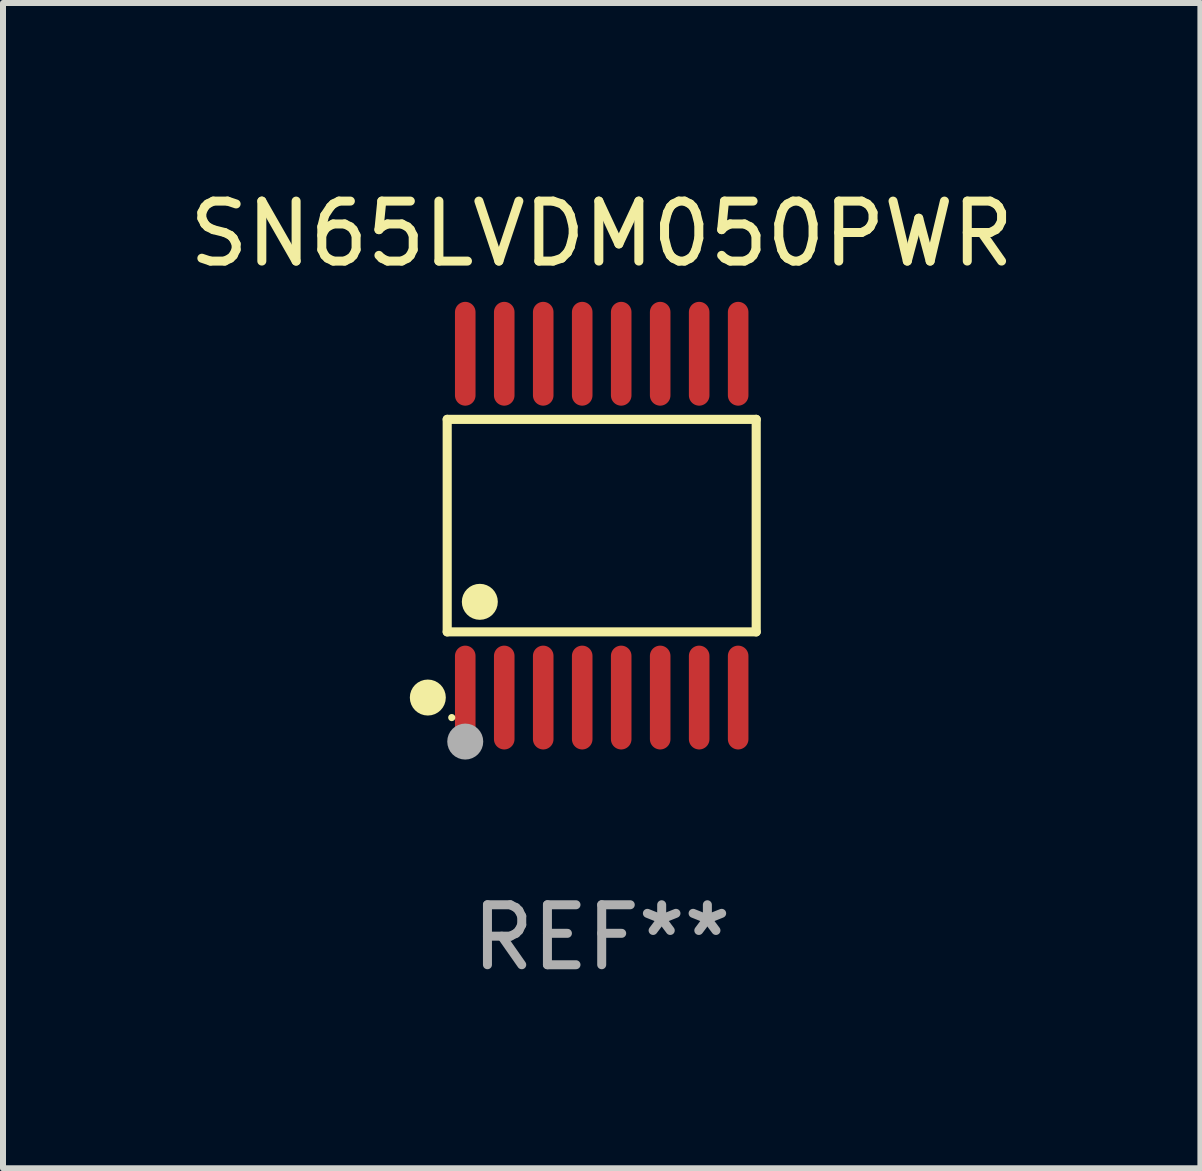
<source format=kicad_pcb>
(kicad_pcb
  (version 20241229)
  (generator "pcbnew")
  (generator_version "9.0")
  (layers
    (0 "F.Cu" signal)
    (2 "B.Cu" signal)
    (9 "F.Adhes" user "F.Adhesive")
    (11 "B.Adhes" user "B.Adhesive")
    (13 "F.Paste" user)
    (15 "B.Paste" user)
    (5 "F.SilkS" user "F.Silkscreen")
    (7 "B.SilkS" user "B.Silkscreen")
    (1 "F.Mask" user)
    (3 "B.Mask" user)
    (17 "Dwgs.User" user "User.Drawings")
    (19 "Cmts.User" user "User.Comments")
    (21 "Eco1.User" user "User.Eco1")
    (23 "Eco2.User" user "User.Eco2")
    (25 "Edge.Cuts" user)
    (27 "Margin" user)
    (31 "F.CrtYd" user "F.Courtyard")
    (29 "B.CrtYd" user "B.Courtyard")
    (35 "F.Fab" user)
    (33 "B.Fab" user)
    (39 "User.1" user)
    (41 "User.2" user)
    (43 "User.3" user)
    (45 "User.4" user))
  (footprint "SN65LVDM050PWR"
    (layer "F.Cu")
    (at 6.982 5.714)
    (property "Reference" "SN65LVDM050PWR" (at 0 -4.866 0) (layer "F.SilkS") (effects (font (size 1 1) (thickness 0.15))))
    (attr through_hole)
    (fp_line (start -2.576 -1.772) (end 2.576 -1.772) (stroke (width 0.152) (type solid)) (layer "F.SilkS"))
    (fp_line (start -2.576 1.771) (end -2.576 -1.772) (stroke (width 0.152) (type solid)) (layer "F.SilkS"))
    (fp_line (start 2.576 -1.772) (end 2.576 1.771) (stroke (width 0.152) (type solid)) (layer "F.SilkS"))
    (fp_line (start 2.576 1.771) (end -2.576 1.771) (stroke (width 0.152) (type solid)) (layer "F.SilkS"))
    (fp_circle (center -2.899 2.866) (end -2.749 2.866) (stroke (width 0.3) (type solid)) (fill no) (layer "F.SilkS"))
    (fp_circle (center -2.5 3.2) (end -2.47 3.2) (stroke (width 0.06) (type solid)) (fill no) (layer "F.SilkS"))
    (fp_circle (center -2.032 1.27) (end -1.882 1.27) (stroke (width 0.3) (type solid)) (fill no) (layer "F.SilkS"))
    (fp_circle (center -2.275 3.6) (end -2.125 3.6) (stroke (width 0.3) (type solid)) (fill no) (layer "F.Fab"))
    (fp_text user "REF**" (at 0 6.866 0) (layer "F.Fab") (effects (font (size 1 1) (thickness 0.15))))
    (pad "1" smd oval (at -2.275 2.866) (size 0.343 1.731) (layers "F.Cu" "F.Mask" "F.Paste"))
    (pad "2" smd oval (at -1.625 2.866) (size 0.343 1.731) (layers "F.Cu" "F.Mask" "F.Paste"))
    (pad "3" smd oval (at -0.975 2.866) (size 0.343 1.731) (layers "F.Cu" "F.Mask" "F.Paste"))
    (pad "4" smd oval (at -0.325 2.866) (size 0.343 1.731) (layers "F.Cu" "F.Mask" "F.Paste"))
    (pad "5" smd oval (at 0.325 2.866) (size 0.343 1.731) (layers "F.Cu" "F.Mask" "F.Paste"))
    (pad "6" smd oval (at 0.975 2.866) (size 0.343 1.731) (layers "F.Cu" "F.Mask" "F.Paste"))
    (pad "7" smd oval (at 1.625 2.866) (size 0.343 1.731) (layers "F.Cu" "F.Mask" "F.Paste"))
    (pad "8" smd oval (at 2.275 2.866) (size 0.343 1.731) (layers "F.Cu" "F.Mask" "F.Paste"))
    (pad "9" smd oval (at 2.275 -2.866) (size 0.343 1.731) (layers "F.Cu" "F.Mask" "F.Paste"))
    (pad "10" smd oval (at 1.625 -2.866) (size 0.343 1.731) (layers "F.Cu" "F.Mask" "F.Paste"))
    (pad "11" smd oval (at 0.975 -2.866) (size 0.343 1.731) (layers "F.Cu" "F.Mask" "F.Paste"))
    (pad "12" smd oval (at 0.325 -2.866) (size 0.343 1.731) (layers "F.Cu" "F.Mask" "F.Paste"))
    (pad "13" smd oval (at -0.325 -2.866) (size 0.343 1.731) (layers "F.Cu" "F.Mask" "F.Paste"))
    (pad "14" smd oval (at -0.975 -2.866) (size 0.343 1.731) (layers "F.Cu" "F.Mask" "F.Paste"))
    (pad "15" smd oval (at -1.625 -2.866) (size 0.343 1.731) (layers "F.Cu" "F.Mask" "F.Paste"))
    (pad "16" smd oval (at -2.275 -2.866) (size 0.343 1.731) (layers "F.Cu" "F.Mask" "F.Paste")))
  (gr_rect
    (start -3 -3)
    (end 16.964 16.428)
    (stroke (width 0.1) (type default))
    (fill no)
    (layer "Edge.Cuts")))
</source>
